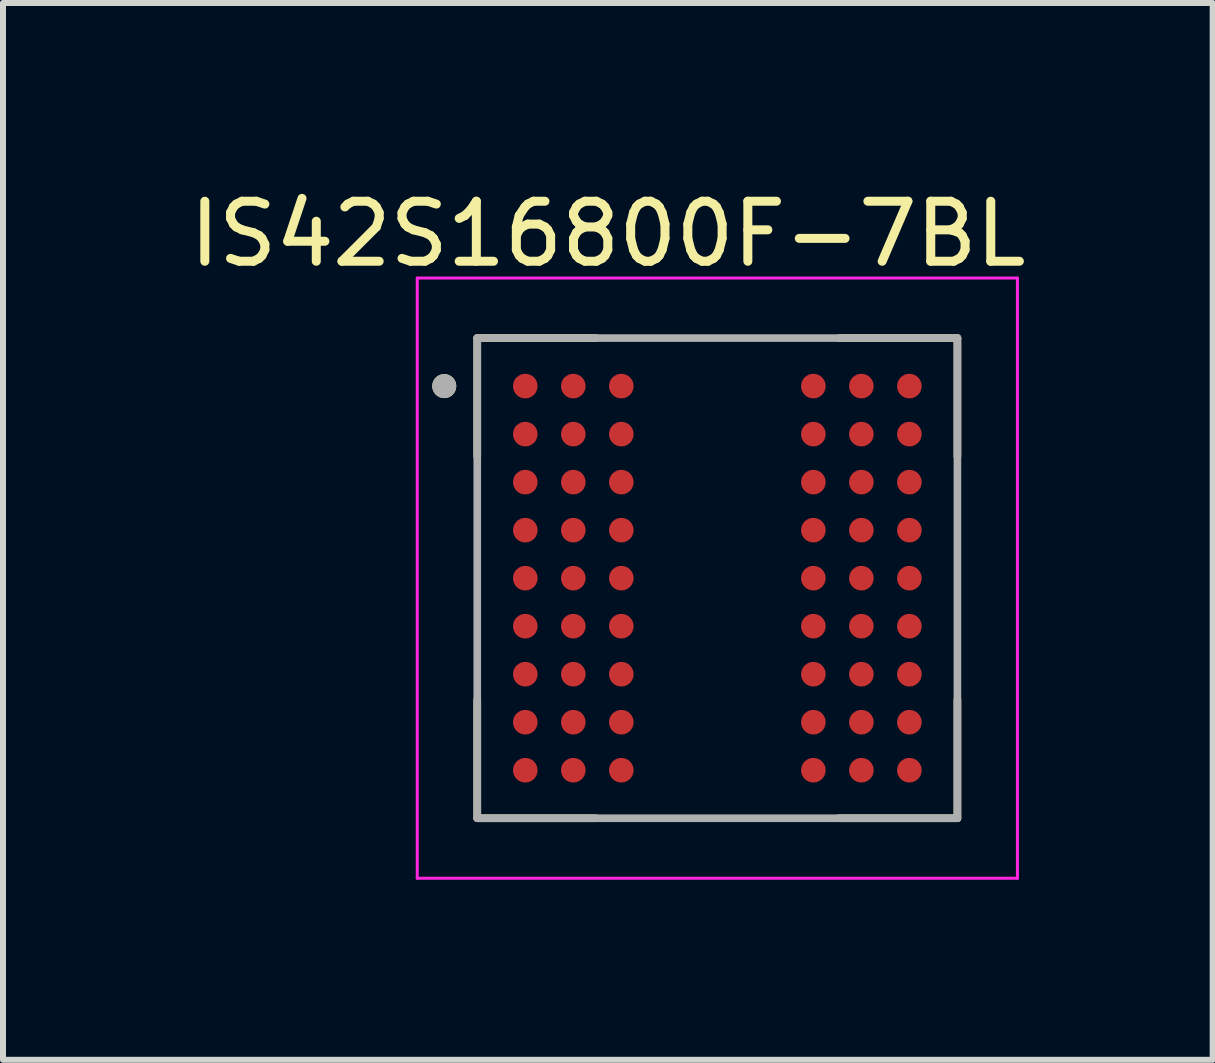
<source format=kicad_pcb>
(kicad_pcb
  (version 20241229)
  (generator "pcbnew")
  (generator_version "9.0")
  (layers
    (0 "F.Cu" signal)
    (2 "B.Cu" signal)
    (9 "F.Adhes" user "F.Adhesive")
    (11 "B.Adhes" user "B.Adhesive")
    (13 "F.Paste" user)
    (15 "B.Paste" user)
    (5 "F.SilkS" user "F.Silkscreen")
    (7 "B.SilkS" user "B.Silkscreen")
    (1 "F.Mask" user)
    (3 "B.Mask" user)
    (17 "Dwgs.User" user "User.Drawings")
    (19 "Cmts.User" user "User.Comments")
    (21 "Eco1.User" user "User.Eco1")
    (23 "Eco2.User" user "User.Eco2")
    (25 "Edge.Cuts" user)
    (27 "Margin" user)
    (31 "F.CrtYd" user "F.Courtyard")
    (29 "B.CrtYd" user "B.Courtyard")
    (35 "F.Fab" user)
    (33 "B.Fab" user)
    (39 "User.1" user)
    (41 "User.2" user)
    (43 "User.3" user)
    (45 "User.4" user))
  (footprint "IS42S16800F-7BL"
    (layer "F.Cu")
    (at 8.902 6.583)
    (property "Reference" "IS42S16800F-7BL" (at -1.825 -5.735 0) (layer "F.SilkS") (effects (font (size 1 1) (thickness 0.15))))
    (attr smd)
    (fp_line (start -4 -4) (end -4 -2.025) (stroke (width 0.127) (type solid)) (layer "F.SilkS"))
    (fp_line (start -4 -4) (end -2.025 -4) (stroke (width 0.127) (type solid)) (layer "F.SilkS"))
    (fp_line (start -4 4) (end -4 2.025) (stroke (width 0.127) (type solid)) (layer "F.SilkS"))
    (fp_line (start -4 4) (end -2.025 4) (stroke (width 0.127) (type solid)) (layer "F.SilkS"))
    (fp_line (start 4 -4) (end 2.025 -4) (stroke (width 0.127) (type solid)) (layer "F.SilkS"))
    (fp_line (start 4 -4) (end 4 -2.025) (stroke (width 0.127) (type solid)) (layer "F.SilkS"))
    (fp_line (start 4 4) (end 2.025 4) (stroke (width 0.127) (type solid)) (layer "F.SilkS"))
    (fp_line (start 4 4) (end 4 2.025) (stroke (width 0.127) (type solid)) (layer "F.SilkS"))
    (fp_circle (center -4.55 -3.2) (end -4.45 -3.2) (stroke (width 0.2) (type solid)) (fill no) (layer "F.SilkS"))
    (fp_line (start -5 -5) (end 5 -5) (stroke (width 0.05) (type solid)) (layer "F.CrtYd"))
    (fp_line (start -5 5) (end -5 -5) (stroke (width 0.05) (type solid)) (layer "F.CrtYd"))
    (fp_line (start -5 5) (end 5 5) (stroke (width 0.05) (type solid)) (layer "F.CrtYd"))
    (fp_line (start 5 5) (end 5 -5) (stroke (width 0.05) (type solid)) (layer "F.CrtYd"))
    (fp_line (start -4 4) (end -4 -4) (stroke (width 0.127) (type solid)) (layer "F.Fab"))
    (fp_line (start 4 -4) (end -4 -4) (stroke (width 0.127) (type solid)) (layer "F.Fab"))
    (fp_line (start 4 4) (end -4 4) (stroke (width 0.127) (type solid)) (layer "F.Fab"))
    (fp_line (start 4 4) (end 4 -4) (stroke (width 0.127) (type solid)) (layer "F.Fab"))
    (fp_circle (center -4.55 -3.2) (end -4.45 -3.2) (stroke (width 0.2) (type solid)) (fill no) (layer "F.Fab"))
    (pad "A1" smd circle (at -3.2 -3.2) (size 0.41 0.41) (layers "F.Cu" "F.Mask" "F.Paste"))
    (pad "A2" smd circle (at -2.4 -3.2) (size 0.41 0.41) (layers "F.Cu" "F.Mask" "F.Paste"))
    (pad "A3" smd circle (at -1.6 -3.2) (size 0.41 0.41) (layers "F.Cu" "F.Mask" "F.Paste"))
    (pad "A7" smd circle (at 1.6 -3.2) (size 0.41 0.41) (layers "F.Cu" "F.Mask" "F.Paste"))
    (pad "A8" smd circle (at 2.4 -3.2) (size 0.41 0.41) (layers "F.Cu" "F.Mask" "F.Paste"))
    (pad "A9" smd circle (at 3.2 -3.2) (size 0.41 0.41) (layers "F.Cu" "F.Mask" "F.Paste"))
    (pad "B1" smd circle (at -3.2 -2.4) (size 0.41 0.41) (layers "F.Cu" "F.Mask" "F.Paste"))
    (pad "B2" smd circle (at -2.4 -2.4) (size 0.41 0.41) (layers "F.Cu" "F.Mask" "F.Paste"))
    (pad "B3" smd circle (at -1.6 -2.4) (size 0.41 0.41) (layers "F.Cu" "F.Mask" "F.Paste"))
    (pad "B7" smd circle (at 1.6 -2.4) (size 0.41 0.41) (layers "F.Cu" "F.Mask" "F.Paste"))
    (pad "B8" smd circle (at 2.4 -2.4) (size 0.41 0.41) (layers "F.Cu" "F.Mask" "F.Paste"))
    (pad "B9" smd circle (at 3.2 -2.4) (size 0.41 0.41) (layers "F.Cu" "F.Mask" "F.Paste"))
    (pad "C1" smd circle (at -3.2 -1.6) (size 0.41 0.41) (layers "F.Cu" "F.Mask" "F.Paste"))
    (pad "C2" smd circle (at -2.4 -1.6) (size 0.41 0.41) (layers "F.Cu" "F.Mask" "F.Paste"))
    (pad "C3" smd circle (at -1.6 -1.6) (size 0.41 0.41) (layers "F.Cu" "F.Mask" "F.Paste"))
    (pad "C7" smd circle (at 1.6 -1.6) (size 0.41 0.41) (layers "F.Cu" "F.Mask" "F.Paste"))
    (pad "C8" smd circle (at 2.4 -1.6) (size 0.41 0.41) (layers "F.Cu" "F.Mask" "F.Paste"))
    (pad "C9" smd circle (at 3.2 -1.6) (size 0.41 0.41) (layers "F.Cu" "F.Mask" "F.Paste"))
    (pad "D1" smd circle (at -3.2 -0.8) (size 0.41 0.41) (layers "F.Cu" "F.Mask" "F.Paste"))
    (pad "D2" smd circle (at -2.4 -0.8) (size 0.41 0.41) (layers "F.Cu" "F.Mask" "F.Paste"))
    (pad "D3" smd circle (at -1.6 -0.8) (size 0.41 0.41) (layers "F.Cu" "F.Mask" "F.Paste"))
    (pad "D7" smd circle (at 1.6 -0.8) (size 0.41 0.41) (layers "F.Cu" "F.Mask" "F.Paste"))
    (pad "D8" smd circle (at 2.4 -0.8) (size 0.41 0.41) (layers "F.Cu" "F.Mask" "F.Paste"))
    (pad "D9" smd circle (at 3.2 -0.8) (size 0.41 0.41) (layers "F.Cu" "F.Mask" "F.Paste"))
    (pad "E1" smd circle (at -3.2 0) (size 0.41 0.41) (layers "F.Cu" "F.Mask" "F.Paste"))
    (pad "E2" smd circle (at -2.4 0) (size 0.41 0.41) (layers "F.Cu" "F.Mask" "F.Paste"))
    (pad "E3" smd circle (at -1.6 0) (size 0.41 0.41) (layers "F.Cu" "F.Mask" "F.Paste"))
    (pad "E7" smd circle (at 1.6 0) (size 0.41 0.41) (layers "F.Cu" "F.Mask" "F.Paste"))
    (pad "E8" smd circle (at 2.4 0) (size 0.41 0.41) (layers "F.Cu" "F.Mask" "F.Paste"))
    (pad "E9" smd circle (at 3.2 0) (size 0.41 0.41) (layers "F.Cu" "F.Mask" "F.Paste"))
    (pad "F1" smd circle (at -3.2 0.8) (size 0.41 0.41) (layers "F.Cu" "F.Mask" "F.Paste"))
    (pad "F2" smd circle (at -2.4 0.8) (size 0.41 0.41) (layers "F.Cu" "F.Mask" "F.Paste"))
    (pad "F3" smd circle (at -1.6 0.8) (size 0.41 0.41) (layers "F.Cu" "F.Mask" "F.Paste"))
    (pad "F7" smd circle (at 1.6 0.8) (size 0.41 0.41) (layers "F.Cu" "F.Mask" "F.Paste"))
    (pad "F8" smd circle (at 2.4 0.8) (size 0.41 0.41) (layers "F.Cu" "F.Mask" "F.Paste"))
    (pad "F9" smd circle (at 3.2 0.8) (size 0.41 0.41) (layers "F.Cu" "F.Mask" "F.Paste"))
    (pad "G1" smd circle (at -3.2 1.6) (size 0.41 0.41) (layers "F.Cu" "F.Mask" "F.Paste"))
    (pad "G2" smd circle (at -2.4 1.6) (size 0.41 0.41) (layers "F.Cu" "F.Mask" "F.Paste"))
    (pad "G3" smd circle (at -1.6 1.6) (size 0.41 0.41) (layers "F.Cu" "F.Mask" "F.Paste"))
    (pad "G7" smd circle (at 1.6 1.6) (size 0.41 0.41) (layers "F.Cu" "F.Mask" "F.Paste"))
    (pad "G8" smd circle (at 2.4 1.6) (size 0.41 0.41) (layers "F.Cu" "F.Mask" "F.Paste"))
    (pad "G9" smd circle (at 3.2 1.6) (size 0.41 0.41) (layers "F.Cu" "F.Mask" "F.Paste"))
    (pad "H1" smd circle (at -3.2 2.4) (size 0.41 0.41) (layers "F.Cu" "F.Mask" "F.Paste"))
    (pad "H2" smd circle (at -2.4 2.4) (size 0.41 0.41) (layers "F.Cu" "F.Mask" "F.Paste"))
    (pad "H3" smd circle (at -1.6 2.4) (size 0.41 0.41) (layers "F.Cu" "F.Mask" "F.Paste"))
    (pad "H7" smd circle (at 1.6 2.4) (size 0.41 0.41) (layers "F.Cu" "F.Mask" "F.Paste"))
    (pad "H8" smd circle (at 2.4 2.4) (size 0.41 0.41) (layers "F.Cu" "F.Mask" "F.Paste"))
    (pad "H9" smd circle (at 3.2 2.4) (size 0.41 0.41) (layers "F.Cu" "F.Mask" "F.Paste"))
    (pad "J1" smd circle (at -3.2 3.2) (size 0.41 0.41) (layers "F.Cu" "F.Mask" "F.Paste"))
    (pad "J2" smd circle (at -2.4 3.2) (size 0.41 0.41) (layers "F.Cu" "F.Mask" "F.Paste"))
    (pad "J3" smd circle (at -1.6 3.2) (size 0.41 0.41) (layers "F.Cu" "F.Mask" "F.Paste"))
    (pad "J7" smd circle (at 1.6 3.2) (size 0.41 0.41) (layers "F.Cu" "F.Mask" "F.Paste"))
    (pad "J8" smd circle (at 2.4 3.2) (size 0.41 0.41) (layers "F.Cu" "F.Mask" "F.Paste"))
    (pad "J9" smd circle (at 3.2 3.2) (size 0.41 0.41) (layers "F.Cu" "F.Mask" "F.Paste")))
  (gr_rect
    (start -3 -3)
    (end 17.155 14.608)
    (stroke (width 0.1) (type default))
    (fill no)
    (layer "Edge.Cuts")))
</source>
